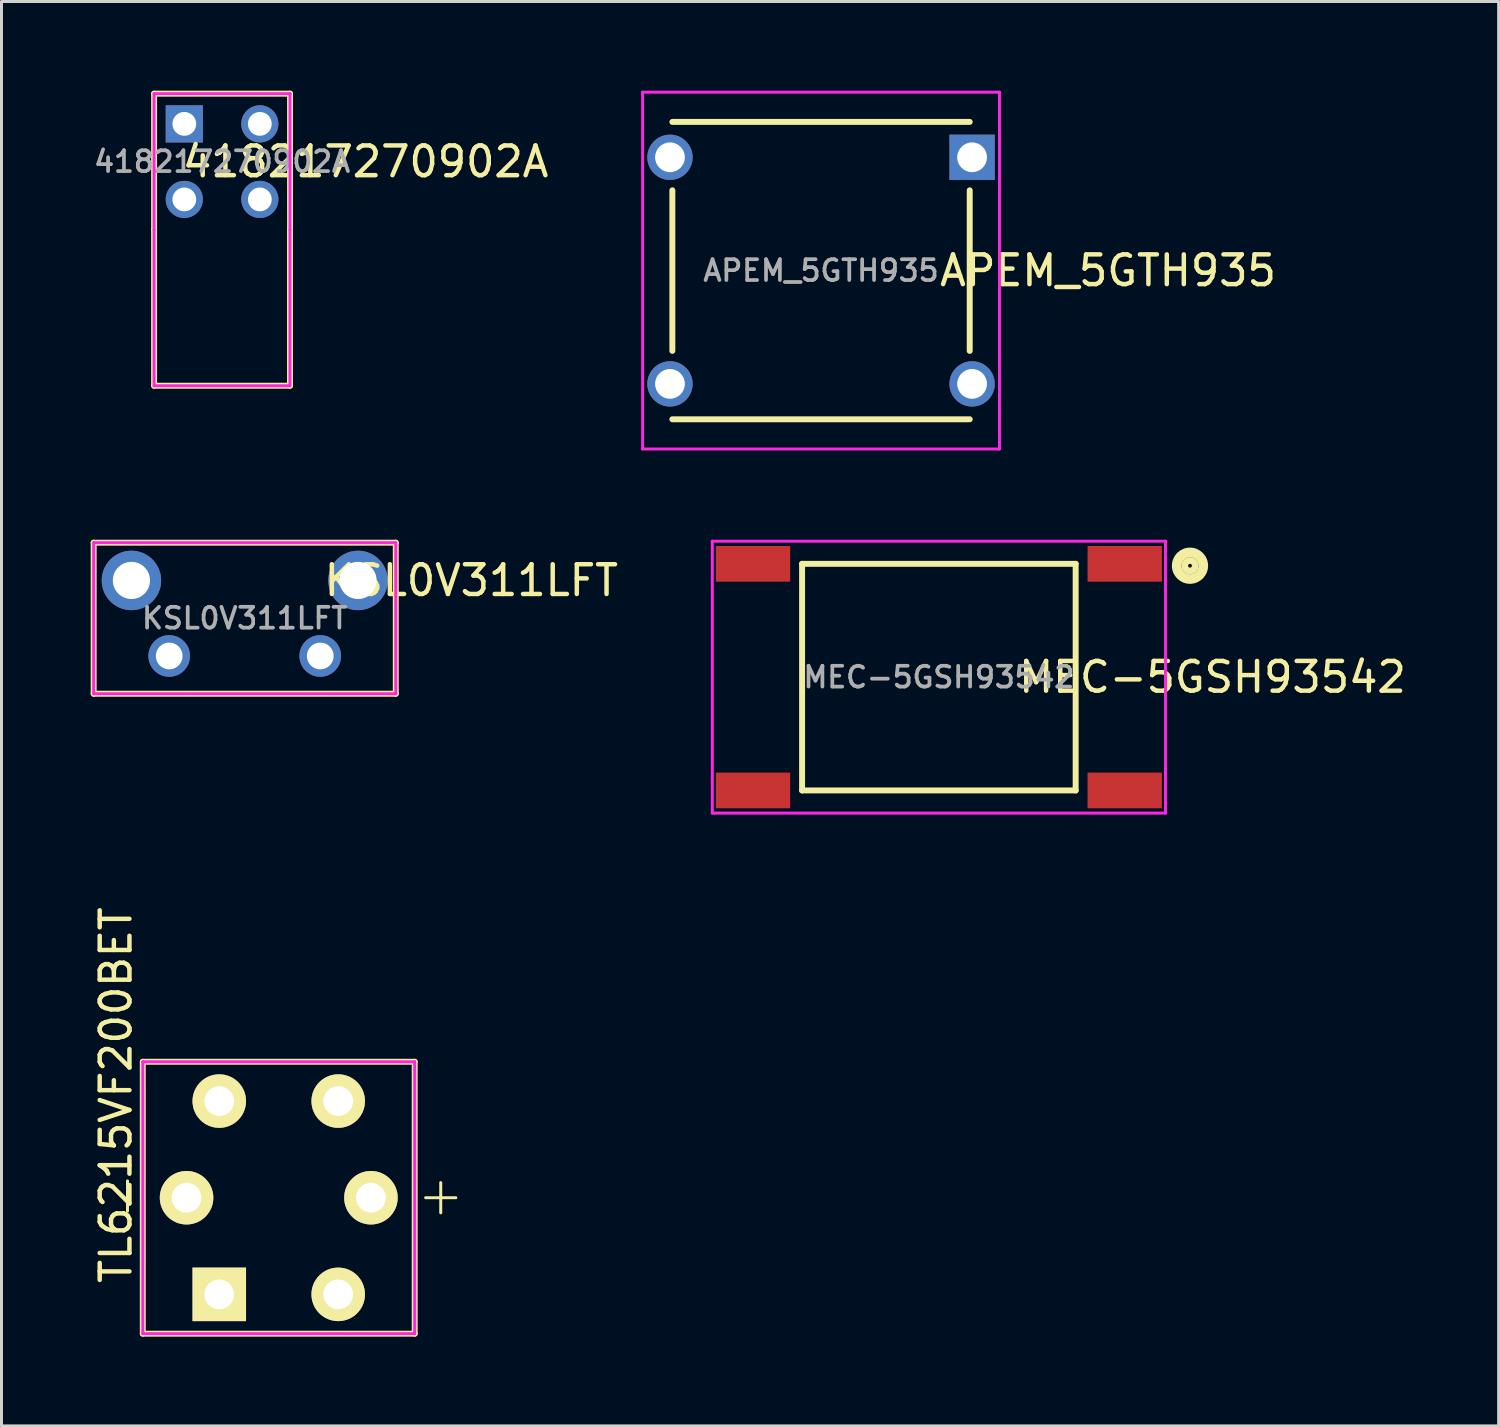
<source format=kicad_pcb>
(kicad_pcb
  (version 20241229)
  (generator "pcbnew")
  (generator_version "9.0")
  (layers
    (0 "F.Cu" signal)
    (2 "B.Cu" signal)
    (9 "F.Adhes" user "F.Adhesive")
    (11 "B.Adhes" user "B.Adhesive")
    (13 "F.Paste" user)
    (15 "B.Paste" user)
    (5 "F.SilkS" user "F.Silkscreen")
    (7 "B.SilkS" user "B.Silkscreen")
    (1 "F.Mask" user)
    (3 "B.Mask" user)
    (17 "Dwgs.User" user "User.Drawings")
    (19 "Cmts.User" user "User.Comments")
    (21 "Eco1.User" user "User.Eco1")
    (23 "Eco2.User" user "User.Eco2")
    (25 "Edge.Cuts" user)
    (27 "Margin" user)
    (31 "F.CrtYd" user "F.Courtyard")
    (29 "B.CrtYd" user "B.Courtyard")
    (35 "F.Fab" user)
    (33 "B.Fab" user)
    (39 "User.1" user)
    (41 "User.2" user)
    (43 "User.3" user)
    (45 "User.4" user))
  (footprint "MEC-5GSH93542"
    (layer "F.Cu")
    (at 28.524 19.722)
    (property "Reference" "MEC-5GSH93542" (at 9.2 0 0) (layer "F.SilkS") (effects (font (size 1 1) (thickness 0.15))))
    (attr through_hole)
    (fp_line (start -4.6 -3.81) (end -4.6 3.81) (stroke (width 0.2) (type solid)) (layer "F.SilkS"))
    (fp_line (start -4.6 3.81) (end 4.6 3.81) (stroke (width 0.2) (type solid)) (layer "F.SilkS"))
    (fp_line (start 4.6 -3.81) (end -4.6 -3.81) (stroke (width 0.2) (type solid)) (layer "F.SilkS"))
    (fp_line (start 4.6 3.81) (end 4.6 -3.81) (stroke (width 0.2) (type solid)) (layer "F.SilkS"))
    (fp_circle (center 8.445 -3.747) (end 8.509 -3.747) (stroke (width 0.2) (type solid)) (fill no) (layer "F.SilkS"))
    (fp_circle (center 8.445 -3.747) (end 8.636 -3.747) (stroke (width 0.2) (type solid)) (fill no) (layer "F.SilkS"))
    (fp_circle (center 8.445 -3.747) (end 8.826 -3.81) (stroke (width 0.2) (type solid)) (fill no) (layer "F.SilkS"))
    (fp_circle (center 8.445 -3.747) (end 8.954 -3.747) (stroke (width 0.2) (type solid)) (fill no) (layer "F.SilkS"))
    (fp_line (start -7.62 -4.572) (end -7.62 4.572) (stroke (width 0.1) (type solid)) (layer "F.CrtYd"))
    (fp_line (start -7.62 4.572) (end 7.62 4.572) (stroke (width 0.1) (type solid)) (layer "F.CrtYd"))
    (fp_line (start 7.62 -4.572) (end -7.62 -4.572) (stroke (width 0.1) (type solid)) (layer "F.CrtYd"))
    (fp_line (start 7.62 4.572) (end 7.62 -4.572) (stroke (width 0.1) (type solid)) (layer "F.CrtYd"))
    (fp_text user "${REFERENCE}" (at 0 0 0) (layer "F.Fab") (effects (font (size 0.7 0.7) (thickness 0.125))))
    (pad "1" smd rect (at 6.25 -3.81) (size 2.5 1.2) (layers "F.Cu" "F.Mask" "F.Paste"))
    (pad "2" smd rect (at -6.25 -3.81) (size 2.5 1.2) (layers "F.Cu" "F.Mask" "F.Paste"))
    (pad "3" smd rect (at 6.25 3.81) (size 2.5 1.2) (layers "F.Cu" "F.Mask" "F.Paste"))
    (pad "4" smd rect (at -6.25 3.81) (size 2.5 1.2) (layers "F.Cu" "F.Mask" "F.Paste")))
  (footprint "TL6215VF200BET"
    (layer "F.Cu")
    (at 6.324 37.229)
    (property "Reference" "TL6215VF200BET" (at -5.476 -3.451 90) (layer "F.SilkS") (effects (font (size 1 1) (thickness 0.15))))
    (attr through_hole)
    (fp_line (start -5.086 -0.565) (end -5.086 0.451) (stroke (width 0.1) (type solid)) (layer "F.SilkS"))
    (fp_line (start -4.572 -4.572) (end 4.572 -4.572) (stroke (width 0.2) (type solid)) (layer "F.SilkS"))
    (fp_line (start -4.572 4.572) (end -4.572 -4.572) (stroke (width 0.2) (type solid)) (layer "F.SilkS"))
    (fp_line (start 4.572 -4.572) (end 4.572 4.572) (stroke (width 0.2) (type solid)) (layer "F.SilkS"))
    (fp_line (start 4.572 4.572) (end -4.572 4.572) (stroke (width 0.2) (type solid)) (layer "F.SilkS"))
    (fp_line (start 4.94 0) (end 5.956 0) (stroke (width 0.1) (type solid)) (layer "F.SilkS"))
    (fp_line (start 5.448 -0.508) (end 5.448 0.508) (stroke (width 0.1) (type solid)) (layer "F.SilkS"))
    (fp_line (start -4.572 -4.572) (end 4.572 -4.572) (stroke (width 0.1) (type solid)) (layer "F.CrtYd"))
    (fp_line (start -4.572 4.572) (end -4.572 -4.572) (stroke (width 0.1) (type solid)) (layer "F.CrtYd"))
    (fp_line (start 4.572 -4.572) (end 4.572 4.572) (stroke (width 0.1) (type solid)) (layer "F.CrtYd"))
    (fp_line (start 4.572 4.572) (end -4.572 4.572) (stroke (width 0.1) (type solid)) (layer "F.CrtYd"))
    (pad "1" thru_hole rect (at -2 3.25) (size 1.8 1.8) (drill 1) (layers "*.Cu" "*.Mask" "F.SilkS"))
    (pad "2" thru_hole circle (at -2 -3.25) (size 1.8 1.8) (drill 1) (layers "*.Cu" "*.Mask" "F.SilkS"))
    (pad "3" thru_hole circle (at 2 3.25) (size 1.8 1.8) (drill 1) (layers "*.Cu" "*.Mask" "F.SilkS"))
    (pad "4" thru_hole circle (at 2 -3.25) (size 1.8 1.8) (drill 1) (layers "*.Cu" "*.Mask" "F.SilkS"))
    (pad "5" thru_hole circle (at -3.1 0) (size 1.8 1.8) (drill 1) (layers "*.Cu" "*.Mask" "F.SilkS"))
    (pad "6" thru_hole circle (at 3.1 0) (size 1.8 1.8) (drill 1) (layers "*.Cu" "*.Mask" "F.SilkS")))
  (footprint "KSL0V311LFT"
    (layer "F.Cu")
    (at 5.18 17.74)
    (property "Reference" "KSL0V311LFT" (at 7.62 -1.27 0) (layer "F.SilkS") (effects (font (size 1 1) (thickness 0.15))))
    (attr through_hole)
    (fp_line (start -5.08 -2.54) (end 5.08 -2.54) (stroke (width 0.2) (type solid)) (layer "F.SilkS"))
    (fp_line (start -5.08 2.54) (end -5.08 -2.54) (stroke (width 0.2) (type solid)) (layer "F.SilkS"))
    (fp_line (start 5.08 -2.54) (end 5.08 2.54) (stroke (width 0.2) (type solid)) (layer "F.SilkS"))
    (fp_line (start 5.08 2.54) (end -5.08 2.54) (stroke (width 0.2) (type solid)) (layer "F.SilkS"))
    (fp_line (start -5.08 -2.54) (end 5.08 -2.54) (stroke (width 0.1) (type solid)) (layer "F.CrtYd"))
    (fp_line (start -5.08 2.54) (end -5.08 -2.54) (stroke (width 0.1) (type solid)) (layer "F.CrtYd"))
    (fp_line (start 5.08 -2.54) (end 5.08 2.54) (stroke (width 0.1) (type solid)) (layer "F.CrtYd"))
    (fp_line (start 5.08 2.54) (end -5.08 2.54) (stroke (width 0.1) (type solid)) (layer "F.CrtYd"))
    (fp_text user "${REFERENCE}" (at 0 0 0) (layer "F.Fab") (effects (font (size 0.7 0.7) (thickness 0.125))))
    (pad "1" thru_hole circle (at -2.54 1.27) (size 1.4 1.4) (drill 0.9) (layers "*.Cu" "*.Mask"))
    (pad "2" thru_hole circle (at 2.54 1.27) (size 1.4 1.4) (drill 0.9) (layers "*.Cu" "*.Mask"))
    (pad "3" thru_hole circle (at -3.81 -1.27) (size 2 2) (drill 1.25) (layers "*.Cu" "*.Mask"))
    (pad "4" thru_hole circle (at 3.81 -1.27) (size 2 2) (drill 1.25) (layers "*.Cu" "*.Mask")))
  (footprint "APEM_5GTH935"
    (layer "F.Cu")
    (at 24.561 6.05)
    (property "Reference" "APEM_5GTH935" (at 9.652 0 0) (layer "F.SilkS") (effects (font (size 1 1) (thickness 0.15))))
    (attr through_hole)
    (fp_line (start -5 -5) (end 5 -5) (stroke (width 0.2) (type solid)) (layer "F.SilkS"))
    (fp_line (start -5 -2.7) (end -5 2.7) (stroke (width 0.2) (type solid)) (layer "F.SilkS"))
    (fp_line (start -5 5) (end 5 5) (stroke (width 0.2) (type solid)) (layer "F.SilkS"))
    (fp_line (start 5 -2.7) (end 5 2.7) (stroke (width 0.2) (type solid)) (layer "F.SilkS"))
    (fp_line (start -6 -6) (end 6 -6) (stroke (width 0.1) (type solid)) (layer "F.CrtYd"))
    (fp_line (start -6 6) (end -6 -6) (stroke (width 0.1) (type solid)) (layer "F.CrtYd"))
    (fp_line (start 6 -6) (end 6 6) (stroke (width 0.1) (type solid)) (layer "F.CrtYd"))
    (fp_line (start 6 6) (end -6 6) (stroke (width 0.1) (type solid)) (layer "F.CrtYd"))
    (fp_text user "${REFERENCE}" (at 0 0 0) (layer "F.Fab") (effects (font (size 0.7 0.7) (thickness 0.125))))
    (pad "1" thru_hole rect (at 5.08 -3.81) (size 1.524 1.524) (drill 1) (layers "*.Cu" "*.Mask"))
    (pad "2" thru_hole circle (at -5.08 -3.81) (size 1.524 1.524) (drill 1) (layers "*.Cu" "*.Mask"))
    (pad "3" thru_hole circle (at 5.08 3.81) (size 1.524 1.524) (drill 1) (layers "*.Cu" "*.Mask"))
    (pad "4" thru_hole circle (at -5.08 3.81) (size 1.524 1.524) (drill 1) (layers "*.Cu" "*.Mask")))
  (footprint "418217270902A"
    (layer "F.Cu")
    (at 4.418 2.386)
    (property "Reference" "418217270902A" (at 4.826 0 0) (layer "F.SilkS") (effects (font (size 1 1) (thickness 0.15))))
    (attr through_hole)
    (fp_line (start -2.286 -2.286) (end 2.286 -2.286) (stroke (width 0.2) (type solid)) (layer "F.SilkS"))
    (fp_line (start -2.286 2.286) (end -2.286 -2.286) (stroke (width 0.2) (type solid)) (layer "F.SilkS"))
    (fp_line (start -2.286 2.286) (end -2.286 7.536) (stroke (width 0.2) (type solid)) (layer "F.SilkS"))
    (fp_line (start -2.286 7.536) (end 2.284 7.536) (stroke (width 0.2) (type solid)) (layer "F.SilkS"))
    (fp_line (start 2.284 7.536) (end 2.284 2.286) (stroke (width 0.2) (type solid)) (layer "F.SilkS"))
    (fp_line (start 2.286 -2.286) (end 2.286 2.286) (stroke (width 0.2) (type solid)) (layer "F.SilkS"))
    (fp_line (start -2.286 -2.286) (end 2.286 -2.286) (stroke (width 0.1) (type solid)) (layer "F.CrtYd"))
    (fp_line (start -2.286 2.286) (end -2.286 -2.286) (stroke (width 0.1) (type solid)) (layer "F.CrtYd"))
    (fp_line (start -2.286 7.536) (end -2.286 2.286) (stroke (width 0.1) (type solid)) (layer "F.CrtYd"))
    (fp_line (start 2.284 2.286) (end 2.284 7.536) (stroke (width 0.1) (type solid)) (layer "F.CrtYd"))
    (fp_line (start 2.284 7.536) (end -2.286 7.536) (stroke (width 0.1) (type solid)) (layer "F.CrtYd"))
    (fp_line (start 2.286 -2.286) (end 2.286 2.286) (stroke (width 0.1) (type solid)) (layer "F.CrtYd"))
    (fp_text user "${REFERENCE}" (at 0 0 0) (layer "F.Fab") (effects (font (size 0.7 0.7) (thickness 0.125))))
    (pad "1" thru_hole rect (at -1.27 -1.27) (size 1.25 1.25) (drill 0.8) (layers "*.Cu" "*.Mask"))
    (pad "2" thru_hole circle (at -1.27 1.27) (size 1.25 1.25) (drill 0.8) (layers "*.Cu" "*.Mask"))
    (pad "3" thru_hole circle (at 1.27 -1.27) (size 1.25 1.25) (drill 0.8) (layers "*.Cu" "*.Mask"))
    (pad "4" thru_hole circle (at 1.27 1.27) (size 1.25 1.25) (drill 0.8) (layers "*.Cu" "*.Mask")))
  (gr_rect
    (start -3 -3)
    (end 47.349 44.901)
    (stroke (width 0.1) (type default))
    (fill no)
    (layer "Edge.Cuts")))
</source>
